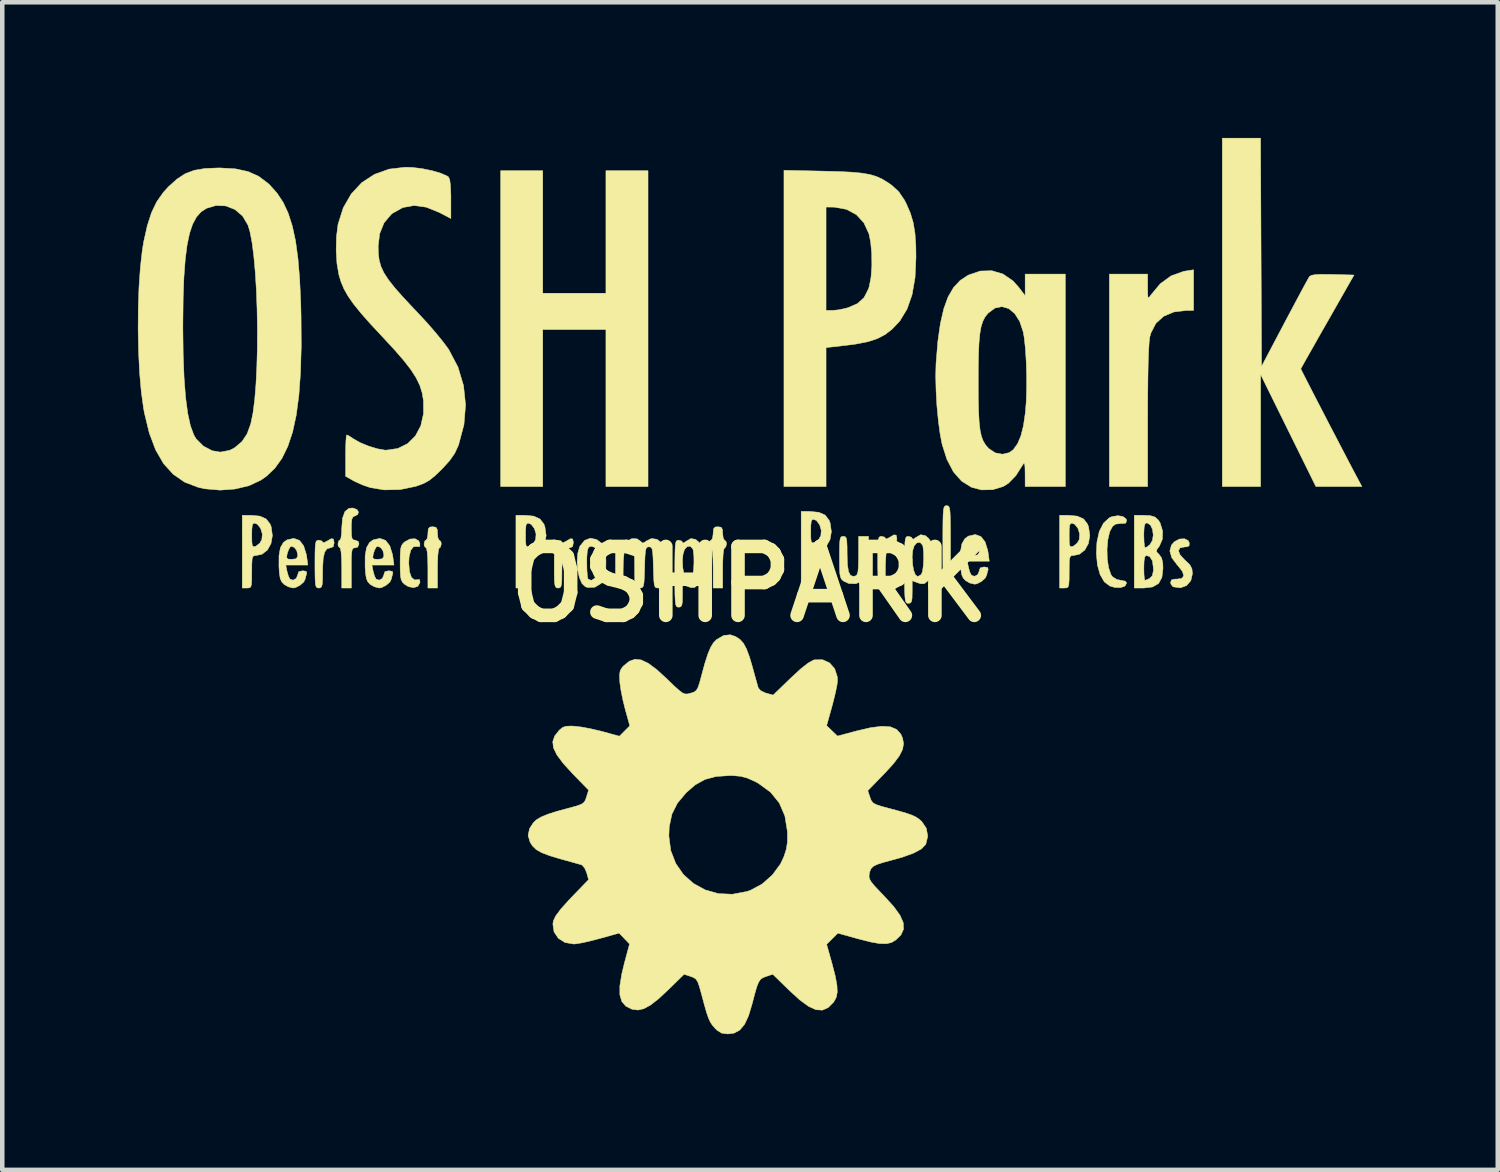
<source format=kicad_pcb>
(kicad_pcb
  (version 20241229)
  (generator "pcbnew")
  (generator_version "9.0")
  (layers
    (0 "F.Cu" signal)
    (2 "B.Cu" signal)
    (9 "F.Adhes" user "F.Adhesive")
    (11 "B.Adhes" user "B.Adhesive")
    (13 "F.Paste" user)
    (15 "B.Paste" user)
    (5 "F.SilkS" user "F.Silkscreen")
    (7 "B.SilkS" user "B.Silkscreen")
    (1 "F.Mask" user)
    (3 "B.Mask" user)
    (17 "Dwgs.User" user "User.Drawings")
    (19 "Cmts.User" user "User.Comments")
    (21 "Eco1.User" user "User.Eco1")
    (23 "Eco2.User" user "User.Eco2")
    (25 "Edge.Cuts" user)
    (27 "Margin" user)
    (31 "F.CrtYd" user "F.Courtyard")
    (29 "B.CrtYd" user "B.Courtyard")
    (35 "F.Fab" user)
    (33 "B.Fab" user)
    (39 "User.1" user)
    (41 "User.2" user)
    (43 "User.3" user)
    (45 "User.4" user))
  (footprint "OSHPARK"
    (layer "F.Cu")
    (at 13.525 9.869)
    (property "Reference" "OSHPARK" (at 0 0 0) (layer "F.SilkS") (effects (font (size 1.524 1.524) (thickness 0.3))))
    (attr through_hole)
    (fp_poly (pts (xy -4.572 -6.435) (xy -3.175 -6.435) (xy -3.175 -9.144) (xy -2.244 -9.144) (xy -2.244 -2.159) (xy -3.175 -2.159) (xy -3.175 -5.63) (xy -4.572 -5.63) (xy -4.572 -2.159) (xy -5.503 -2.159) (xy -5.503 -9.144) (xy -4.572 -9.144) (xy -4.572 -6.435)) (stroke (width 0.01) (type solid)) (fill yes) (layer "F.SilkS"))
    (fp_poly (pts (xy 9.821 -6.054) (xy 9.663 -6.053) (xy 9.385 -6.02) (xy 9.158 -5.924) (xy 8.987 -5.768) (xy 8.877 -5.555) (xy 8.853 -5.469) (xy 8.839 -5.354) (xy 8.827 -5.159) (xy 8.817 -4.887) (xy 8.811 -4.542) (xy 8.807 -4.128) (xy 8.805 -3.702) (xy 8.805 -2.159) (xy 7.959 -2.159) (xy 7.959 -6.858) (xy 8.805 -6.858) (xy 8.805 -6.573) (xy 8.806 -6.424) (xy 8.812 -6.348) (xy 8.828 -6.333) (xy 8.858 -6.368) (xy 8.875 -6.393) (xy 9.085 -6.645) (xy 9.325 -6.819) (xy 9.599 -6.917) (xy 9.648 -6.926) (xy 9.821 -6.953) (xy 9.821 -6.054)) (stroke (width 0.01) (type solid)) (fill yes) (layer "F.SilkS"))
    (fp_poly (pts (xy -6.935 -1.259) (xy -6.905 -1.209) (xy -6.9 -1.122) (xy -6.89 -1.024) (xy -6.864 -0.975) (xy -6.858 -0.974) (xy -6.824 -0.938) (xy -6.816 -0.889) (xy -6.833 -0.82) (xy -6.858 -0.804) (xy -6.877 -0.764) (xy -6.891 -0.651) (xy -6.899 -0.475) (xy -6.9 -0.36) (xy -6.9 0.085) (xy -7.112 0.085) (xy -7.112 -0.36) (xy -7.116 -0.563) (xy -7.127 -0.711) (xy -7.143 -0.792) (xy -7.154 -0.804) (xy -7.189 -0.84) (xy -7.197 -0.889) (xy -7.179 -0.958) (xy -7.154 -0.974) (xy -7.126 -1.011) (xy -7.112 -1.102) (xy -7.112 -1.122) (xy -7.104 -1.222) (xy -7.069 -1.263) (xy -7.006 -1.27) (xy -6.935 -1.259)) (stroke (width 0.01) (type solid)) (fill yes) (layer "F.SilkS"))
    (fp_poly (pts (xy -0.627 -1.259) (xy -0.598 -1.209) (xy -0.593 -1.122) (xy -0.582 -1.024) (xy -0.556 -0.975) (xy -0.55 -0.974) (xy -0.516 -0.938) (xy -0.508 -0.889) (xy -0.526 -0.82) (xy -0.55 -0.804) (xy -0.57 -0.764) (xy -0.584 -0.651) (xy -0.592 -0.475) (xy -0.593 -0.36) (xy -0.593 0.085) (xy -0.804 0.085) (xy -0.804 -0.36) (xy -0.808 -0.563) (xy -0.819 -0.711) (xy -0.836 -0.792) (xy -0.847 -0.804) (xy -0.881 -0.84) (xy -0.889 -0.889) (xy -0.871 -0.958) (xy -0.847 -0.974) (xy -0.819 -1.011) (xy -0.805 -1.102) (xy -0.804 -1.122) (xy -0.796 -1.222) (xy -0.761 -1.263) (xy -0.699 -1.27) (xy -0.627 -1.259)) (stroke (width 0.01) (type solid)) (fill yes) (layer "F.SilkS"))
    (fp_poly (pts (xy -9.202 -0.999) (xy -9.187 -0.926) (xy -9.186 -0.91) (xy -9.206 -0.827) (xy -9.27 -0.804) (xy -9.345 -0.782) (xy -9.396 -0.708) (xy -9.427 -0.574) (xy -9.439 -0.368) (xy -9.44 -0.278) (xy -9.442 -0.102) (xy -9.449 0.005) (xy -9.466 0.061) (xy -9.496 0.082) (xy -9.525 0.085) (xy -9.56 0.08) (xy -9.584 0.056) (xy -9.599 0.000029) (xy -9.606 -0.102) (xy -9.609 -0.265) (xy -9.61 -0.445) (xy -9.609 -0.664) (xy -9.605 -0.813) (xy -9.596 -0.904) (xy -9.58 -0.952) (xy -9.554 -0.971) (xy -9.525 -0.974) (xy -9.456 -0.955) (xy -9.44 -0.929) (xy -9.412 -0.917) (xy -9.346 -0.95) (xy -9.251 -1.006) (xy -9.202 -0.999)) (stroke (width 0.01) (type solid)) (fill yes) (layer "F.SilkS"))
    (fp_poly (pts (xy -7.316 -0.961) (xy -7.289 -0.9) (xy -7.291 -0.832) (xy -7.337 -0.829) (xy -7.348 -0.833) (xy -7.431 -0.828) (xy -7.492 -0.748) (xy -7.528 -0.602) (xy -7.535 -0.466) (xy -7.52 -0.277) (xy -7.476 -0.151) (xy -7.407 -0.094) (xy -7.348 -0.099) (xy -7.295 -0.103) (xy -7.287 -0.046) (xy -7.289 -0.032) (xy -7.335 0.048) (xy -7.427 0.077) (xy -7.542 0.055) (xy -7.623 0.006) (xy -7.672 -0.04) (xy -7.702 -0.095) (xy -7.718 -0.178) (xy -7.725 -0.311) (xy -7.726 -0.466) (xy -7.724 -0.652) (xy -7.716 -0.773) (xy -7.698 -0.849) (xy -7.664 -0.9) (xy -7.623 -0.937) (xy -7.508 -0.998) (xy -7.397 -1.005) (xy -7.316 -0.961)) (stroke (width 0.01) (type solid)) (fill yes) (layer "F.SilkS"))
    (fp_poly (pts (xy -3.91 -0.999) (xy -3.895 -0.926) (xy -3.895 -0.91) (xy -3.915 -0.827) (xy -3.978 -0.804) (xy -4.053 -0.782) (xy -4.105 -0.708) (xy -4.135 -0.574) (xy -4.148 -0.368) (xy -4.149 -0.278) (xy -4.15 -0.102) (xy -4.157 0.005) (xy -4.174 0.061) (xy -4.204 0.082) (xy -4.233 0.085) (xy -4.268 0.08) (xy -4.292 0.056) (xy -4.307 0.000029) (xy -4.315 -0.102) (xy -4.318 -0.265) (xy -4.318 -0.445) (xy -4.317 -0.664) (xy -4.313 -0.813) (xy -4.304 -0.904) (xy -4.288 -0.952) (xy -4.262 -0.971) (xy -4.233 -0.974) (xy -4.165 -0.955) (xy -4.149 -0.929) (xy -4.12 -0.917) (xy -4.055 -0.95) (xy -3.959 -1.006) (xy -3.91 -0.999)) (stroke (width 0.01) (type solid)) (fill yes) (layer "F.SilkS"))
    (fp_poly (pts (xy 3.244 -1.084) (xy 3.259 -1.011) (xy 3.26 -0.995) (xy 3.24 -0.912) (xy 3.176 -0.889) (xy 3.101 -0.867) (xy 3.05 -0.793) (xy 3.019 -0.658) (xy 3.007 -0.453) (xy 3.006 -0.363) (xy 3.004 -0.187) (xy 2.997 -0.079) (xy 2.98 -0.023) (xy 2.95 -0.002) (xy 2.921 0) (xy 2.886 -0.005) (xy 2.862 -0.028) (xy 2.847 -0.085) (xy 2.84 -0.187) (xy 2.837 -0.35) (xy 2.836 -0.529) (xy 2.837 -0.749) (xy 2.841 -0.897) (xy 2.85 -0.989) (xy 2.866 -1.037) (xy 2.892 -1.056) (xy 2.921 -1.058) (xy 2.99 -1.04) (xy 3.006 -1.014) (xy 3.034 -1.001) (xy 3.1 -1.035) (xy 3.195 -1.091) (xy 3.244 -1.084)) (stroke (width 0.01) (type solid)) (fill yes) (layer "F.SilkS"))
    (fp_poly (pts (xy 4.389 -1.732) (xy 4.41 -1.715) (xy 4.425 -1.674) (xy 4.435 -1.597) (xy 4.441 -1.474) (xy 4.444 -1.295) (xy 4.445 -1.047) (xy 4.445 -0.868) (xy 4.445 -0.576) (xy 4.443 -0.358) (xy 4.439 -0.204) (xy 4.431 -0.102) (xy 4.42 -0.041) (xy 4.402 -0.011) (xy 4.378 -0.001) (xy 4.36 0) (xy 4.332 -0.003) (xy 4.311 -0.02) (xy 4.296 -0.062) (xy 4.286 -0.139) (xy 4.28 -0.261) (xy 4.277 -0.441) (xy 4.276 -0.688) (xy 4.276 -0.868) (xy 4.276 -1.159) (xy 4.278 -1.377) (xy 4.282 -1.532) (xy 4.289 -1.634) (xy 4.301 -1.695) (xy 4.319 -1.725) (xy 4.343 -1.735) (xy 4.36 -1.736) (xy 4.389 -1.732)) (stroke (width 0.01) (type solid)) (fill yes) (layer "F.SilkS"))
    (fp_poly (pts (xy 8.26 -1.496) (xy 8.329 -1.443) (xy 8.34 -1.404) (xy 8.321 -1.35) (xy 8.249 -1.341) (xy 8.222 -1.344) (xy 8.093 -1.327) (xy 8.029 -1.278) (xy 7.965 -1.158) (xy 7.925 -0.982) (xy 7.907 -0.775) (xy 7.912 -0.562) (xy 7.941 -0.367) (xy 7.992 -0.216) (xy 8.027 -0.164) (xy 8.122 -0.104) (xy 8.219 -0.085) (xy 8.313 -0.066) (xy 8.34 -0.026) (xy 8.304 0.042) (xy 8.21 0.076) (xy 8.081 0.073) (xy 7.97 0.041) (xy 7.847 -0.051) (xy 7.754 -0.212) (xy 7.694 -0.426) (xy 7.671 -0.682) (xy 7.684 -0.932) (xy 7.736 -1.169) (xy 7.83 -1.351) (xy 7.957 -1.468) (xy 8.013 -1.493) (xy 8.147 -1.515) (xy 8.26 -1.496)) (stroke (width 0.01) (type solid)) (fill yes) (layer "F.SilkS"))
    (fp_poly (pts (xy 9.701 -0.965) (xy 9.728 -0.908) (xy 9.72 -0.845) (xy 9.658 -0.824) (xy 9.623 -0.824) (xy 9.521 -0.802) (xy 9.487 -0.741) (xy 9.521 -0.65) (xy 9.622 -0.54) (xy 9.635 -0.528) (xy 9.737 -0.431) (xy 9.784 -0.342) (xy 9.796 -0.233) (xy 9.76 -0.078) (xy 9.666 0.031) (xy 9.531 0.081) (xy 9.373 0.059) (xy 9.366 0.057) (xy 9.321 0.001) (xy 9.313 -0.042) (xy 9.333 -0.096) (xy 9.407 -0.113) (xy 9.449 -0.112) (xy 9.561 -0.128) (xy 9.603 -0.186) (xy 9.574 -0.282) (xy 9.473 -0.411) (xy 9.458 -0.426) (xy 9.338 -0.586) (xy 9.296 -0.735) (xy 9.332 -0.866) (xy 9.398 -0.94) (xy 9.509 -0.998) (xy 9.619 -1.005) (xy 9.701 -0.965)) (stroke (width 0.01) (type solid)) (fill yes) (layer "F.SilkS"))
    (fp_poly (pts (xy 2.618 -0.609) (xy 2.609 -0.406) (xy 2.597 -0.27) (xy 2.578 -0.182) (xy 2.549 -0.126) (xy 2.506 -0.083) (xy 2.502 -0.08) (xy 2.354 -0.01) (xy 2.193 -0.015) (xy 2.084 -0.066) (xy 2.042 -0.101) (xy 2.015 -0.148) (xy 1.999 -0.224) (xy 1.992 -0.345) (xy 1.99 -0.529) (xy 1.99 -0.595) (xy 1.991 -0.798) (xy 1.995 -0.931) (xy 2.007 -1.009) (xy 2.027 -1.047) (xy 2.059 -1.058) (xy 2.074 -1.058) (xy 2.114 -1.052) (xy 2.139 -1.023) (xy 2.152 -0.956) (xy 2.158 -0.834) (xy 2.159 -0.661) (xy 2.166 -0.432) (xy 2.19 -0.279) (xy 2.233 -0.195) (xy 2.298 -0.172) (xy 2.349 -0.184) (xy 2.379 -0.213) (xy 2.399 -0.279) (xy 2.409 -0.398) (xy 2.413 -0.583) (xy 2.413 -0.634) (xy 2.413 -1.058) (xy 2.634 -1.058) (xy 2.618 -0.609)) (stroke (width 0.01) (type solid)) (fill yes) (layer "F.SilkS"))
    (fp_poly (pts (xy -10.827 -1.505) (xy -10.688 -1.442) (xy -10.601 -1.33) (xy -10.577 -1.267) (xy -10.551 -1.074) (xy -10.582 -0.898) (xy -10.661 -0.755) (xy -10.781 -0.662) (xy -10.907 -0.635) (xy -10.955 -0.631) (xy -10.985 -0.608) (xy -11 -0.549) (xy -11.006 -0.437) (xy -11.007 -0.275) (xy -11.008 -0.101) (xy -11.014 0.005) (xy -11.03 0.061) (xy -11.062 0.081) (xy -11.113 0.085) (xy -11.218 0.085) (xy -11.218 -1.084) (xy -11.007 -1.084) (xy -11.005 -0.936) (xy -10.996 -0.857) (xy -10.973 -0.829) (xy -10.93 -0.835) (xy -10.914 -0.841) (xy -10.83 -0.906) (xy -10.784 -0.987) (xy -10.774 -1.109) (xy -10.81 -1.231) (xy -10.879 -1.321) (xy -10.933 -1.347) (xy -10.973 -1.344) (xy -10.995 -1.305) (xy -11.005 -1.212) (xy -11.007 -1.084) (xy -11.218 -1.084) (xy -11.218 -1.524) (xy -11.03 -1.524) (xy -10.827 -1.505)) (stroke (width 0.01) (type solid)) (fill yes) (layer "F.SilkS"))
    (fp_poly (pts (xy -8.681 -1.651) (xy -8.645 -1.593) (xy -8.669 -1.536) (xy -8.719 -1.512) (xy -8.767 -1.489) (xy -8.794 -1.437) (xy -8.804 -1.335) (xy -8.805 -1.232) (xy -8.802 -1.088) (xy -8.789 -1.011) (xy -8.759 -0.979) (xy -8.721 -0.974) (xy -8.65 -0.944) (xy -8.636 -0.889) (xy -8.666 -0.818) (xy -8.721 -0.804) (xy -8.758 -0.799) (xy -8.783 -0.772) (xy -8.797 -0.709) (xy -8.804 -0.595) (xy -8.805 -0.416) (xy -8.805 -0.36) (xy -8.805 0.085) (xy -9.017 0.085) (xy -9.017 -0.36) (xy -9.021 -0.563) (xy -9.032 -0.711) (xy -9.048 -0.792) (xy -9.059 -0.804) (xy -9.094 -0.84) (xy -9.102 -0.889) (xy -9.084 -0.958) (xy -9.059 -0.974) (xy -9.037 -1.012) (xy -9.022 -1.114) (xy -9.017 -1.239) (xy -9 -1.46) (xy -8.947 -1.606) (xy -8.858 -1.678) (xy -8.77 -1.685) (xy -8.681 -1.651)) (stroke (width 0.01) (type solid)) (fill yes) (layer "F.SilkS"))
    (fp_poly (pts (xy -4.773 -1.505) (xy -4.634 -1.442) (xy -4.547 -1.33) (xy -4.524 -1.267) (xy -4.497 -1.074) (xy -4.528 -0.898) (xy -4.608 -0.755) (xy -4.728 -0.662) (xy -4.853 -0.635) (xy -4.901 -0.631) (xy -4.931 -0.608) (xy -4.946 -0.549) (xy -4.952 -0.437) (xy -4.953 -0.275) (xy -4.954 -0.101) (xy -4.96 0.005) (xy -4.977 0.061) (xy -5.008 0.081) (xy -5.059 0.085) (xy -5.165 0.085) (xy -5.165 -1.084) (xy -4.953 -1.084) (xy -4.951 -0.936) (xy -4.942 -0.857) (xy -4.92 -0.829) (xy -4.877 -0.835) (xy -4.86 -0.841) (xy -4.777 -0.906) (xy -4.73 -0.987) (xy -4.72 -1.109) (xy -4.757 -1.231) (xy -4.826 -1.321) (xy -4.879 -1.347) (xy -4.919 -1.344) (xy -4.942 -1.305) (xy -4.951 -1.212) (xy -4.953 -1.084) (xy -5.165 -1.084) (xy -5.165 -1.524) (xy -4.976 -1.524) (xy -4.773 -1.505)) (stroke (width 0.01) (type solid)) (fill yes) (layer "F.SilkS"))
    (fp_poly (pts (xy 1.535 -1.589) (xy 1.674 -1.527) (xy 1.76 -1.414) (xy 1.784 -1.352) (xy 1.811 -1.159) (xy 1.78 -0.983) (xy 1.7 -0.84) (xy 1.58 -0.747) (xy 1.455 -0.72) (xy 1.406 -0.716) (xy 1.377 -0.693) (xy 1.361 -0.633) (xy 1.356 -0.522) (xy 1.355 -0.36) (xy 1.354 -0.186) (xy 1.347 -0.079) (xy 1.331 -0.024) (xy 1.3 -0.003) (xy 1.249 0) (xy 1.143 0) (xy 1.143 -1.169) (xy 1.355 -1.169) (xy 1.356 -1.021) (xy 1.365 -0.941) (xy 1.388 -0.913) (xy 1.431 -0.92) (xy 1.448 -0.926) (xy 1.531 -0.991) (xy 1.578 -1.071) (xy 1.587 -1.193) (xy 1.551 -1.315) (xy 1.482 -1.406) (xy 1.428 -1.431) (xy 1.389 -1.429) (xy 1.366 -1.389) (xy 1.356 -1.297) (xy 1.355 -1.169) (xy 1.143 -1.169) (xy 1.143 -1.609) (xy 1.332 -1.609) (xy 1.535 -1.589)) (stroke (width 0.01) (type solid)) (fill yes) (layer "F.SilkS"))
    (fp_poly (pts (xy 7.25 -1.505) (xy 7.389 -1.442) (xy 7.475 -1.33) (xy 7.499 -1.267) (xy 7.526 -1.074) (xy 7.495 -0.898) (xy 7.415 -0.755) (xy 7.295 -0.662) (xy 7.17 -0.635) (xy 7.121 -0.631) (xy 7.092 -0.608) (xy 7.076 -0.549) (xy 7.071 -0.437) (xy 7.07 -0.275) (xy 7.069 -0.101) (xy 7.062 0.005) (xy 7.046 0.061) (xy 7.015 0.081) (xy 6.964 0.085) (xy 6.858 0.085) (xy 6.858 -1.084) (xy 7.07 -1.084) (xy 7.071 -0.936) (xy 7.08 -0.857) (xy 7.103 -0.829) (xy 7.146 -0.835) (xy 7.163 -0.841) (xy 7.246 -0.906) (xy 7.293 -0.987) (xy 7.302 -1.109) (xy 7.266 -1.231) (xy 7.197 -1.321) (xy 7.143 -1.347) (xy 7.104 -1.344) (xy 7.081 -1.305) (xy 7.071 -1.212) (xy 7.07 -1.084) (xy 6.858 -1.084) (xy 6.858 -1.524) (xy 7.047 -1.524) (xy 7.25 -1.505)) (stroke (width 0.01) (type solid)) (fill yes) (layer "F.SilkS"))
    (fp_poly (pts (xy 11.313 -7.34) (xy 11.324 -4.816) (xy 11.832 -5.78) (xy 11.972 -6.043) (xy 12.1 -6.284) (xy 12.211 -6.492) (xy 12.299 -6.654) (xy 12.359 -6.762) (xy 12.383 -6.802) (xy 12.423 -6.829) (xy 12.506 -6.845) (xy 12.643 -6.852) (xy 12.85 -6.85) (xy 12.898 -6.849) (xy 13.369 -6.837) (xy 12.781 -5.804) (xy 12.628 -5.537) (xy 12.491 -5.294) (xy 12.373 -5.086) (xy 12.28 -4.922) (xy 12.218 -4.811) (xy 12.192 -4.762) (xy 12.192 -4.761) (xy 12.211 -4.722) (xy 12.263 -4.619) (xy 12.343 -4.463) (xy 12.445 -4.264) (xy 12.563 -4.035) (xy 12.693 -3.784) (xy 12.827 -3.524) (xy 12.962 -3.266) (xy 13.09 -3.02) (xy 13.206 -2.797) (xy 13.305 -2.608) (xy 13.38 -2.466) (xy 13.543 -2.159) (xy 12.526 -2.159) (xy 11.304 -4.636) (xy 11.303 -3.397) (xy 11.303 -2.159) (xy 10.456 -2.159) (xy 10.456 -9.864) (xy 11.302 -9.864) (xy 11.313 -7.34)) (stroke (width 0.01) (type solid)) (fill yes) (layer "F.SilkS"))
    (fp_poly (pts (xy -3.38 -0.987) (xy -3.279 -0.912) (xy -3.226 -0.851) (xy -3.195 -0.782) (xy -3.18 -0.682) (xy -3.175 -0.527) (xy -3.175 -0.466) (xy -3.178 -0.29) (xy -3.189 -0.176) (xy -3.215 -0.1) (xy -3.26 -0.038) (xy -3.279 -0.019) (xy -3.418 0.067) (xy -3.575 0.074) (xy -3.631 0.056) (xy -3.705 -0.015) (xy -3.762 -0.147) (xy -3.799 -0.317) (xy -3.81 -0.474) (xy -3.598 -0.474) (xy -3.595 -0.314) (xy -3.586 -0.187) (xy -3.573 -0.118) (xy -3.57 -0.113) (xy -3.496 -0.084) (xy -3.423 -0.13) (xy -3.382 -0.201) (xy -3.359 -0.313) (xy -3.353 -0.461) (xy -3.363 -0.614) (xy -3.387 -0.742) (xy -3.419 -0.811) (xy -3.495 -0.839) (xy -3.532 -0.832) (xy -3.567 -0.801) (xy -3.587 -0.728) (xy -3.597 -0.598) (xy -3.598 -0.474) (xy -3.81 -0.474) (xy -3.811 -0.502) (xy -3.798 -0.681) (xy -3.755 -0.83) (xy -3.748 -0.844) (xy -3.646 -0.968) (xy -3.518 -1.017) (xy -3.38 -0.987)) (stroke (width 0.01) (type solid)) (fill yes) (layer "F.SilkS"))
    (fp_poly (pts (xy -9.953 -0.969) (xy -9.86 -0.849) (xy -9.801 -0.659) (xy -9.793 -0.613) (xy -9.767 -0.423) (xy -10.255 -0.423) (xy -10.228 -0.287) (xy -10.198 -0.181) (xy -10.163 -0.113) (xy -10.162 -0.112) (xy -10.093 -0.089) (xy -10.025 -0.126) (xy -9.991 -0.203) (xy -9.991 -0.21) (xy -9.968 -0.277) (xy -9.886 -0.296) (xy -9.88 -0.296) (xy -9.802 -0.284) (xy -9.792 -0.239) (xy -9.796 -0.229) (xy -9.818 -0.149) (xy -9.821 -0.124) (xy -9.856 -0.05) (xy -9.94 0.024) (xy -10.04 0.075) (xy -10.092 0.085) (xy -10.199 0.058) (xy -10.292 0.005) (xy -10.345 -0.051) (xy -10.378 -0.125) (xy -10.396 -0.242) (xy -10.406 -0.387) (xy -10.405 -0.586) (xy -10.237 -0.586) (xy -10.204 -0.555) (xy -10.122 -0.55) (xy -10.029 -0.561) (xy -9.994 -0.606) (xy -9.991 -0.651) (xy -10.013 -0.744) (xy -10.066 -0.813) (xy -10.128 -0.837) (xy -10.159 -0.822) (xy -10.196 -0.754) (xy -10.225 -0.667) (xy -10.237 -0.586) (xy -10.405 -0.586) (xy -10.405 -0.632) (xy -10.374 -0.807) (xy -10.308 -0.922) (xy -10.227 -0.98) (xy -10.077 -1.013) (xy -9.953 -0.969)) (stroke (width 0.01) (type solid)) (fill yes) (layer "F.SilkS"))
    (fp_poly (pts (xy -8.048 -0.969) (xy -7.955 -0.849) (xy -7.896 -0.659) (xy -7.888 -0.613) (xy -7.862 -0.423) (xy -8.35 -0.423) (xy -8.323 -0.287) (xy -8.293 -0.181) (xy -8.258 -0.113) (xy -8.257 -0.112) (xy -8.188 -0.089) (xy -8.12 -0.126) (xy -8.086 -0.203) (xy -8.086 -0.21) (xy -8.063 -0.277) (xy -7.981 -0.296) (xy -7.975 -0.296) (xy -7.897 -0.284) (xy -7.887 -0.239) (xy -7.891 -0.229) (xy -7.913 -0.149) (xy -7.916 -0.124) (xy -7.951 -0.05) (xy -8.035 0.024) (xy -8.135 0.075) (xy -8.187 0.085) (xy -8.294 0.058) (xy -8.387 0.005) (xy -8.44 -0.051) (xy -8.473 -0.125) (xy -8.491 -0.242) (xy -8.501 -0.387) (xy -8.5 -0.586) (xy -8.332 -0.586) (xy -8.299 -0.555) (xy -8.217 -0.55) (xy -8.124 -0.561) (xy -8.089 -0.606) (xy -8.086 -0.651) (xy -8.108 -0.744) (xy -8.161 -0.813) (xy -8.223 -0.837) (xy -8.254 -0.822) (xy -8.291 -0.754) (xy -8.32 -0.667) (xy -8.332 -0.586) (xy -8.5 -0.586) (xy -8.5 -0.632) (xy -8.469 -0.807) (xy -8.403 -0.922) (xy -8.322 -0.98) (xy -8.172 -1.013) (xy -8.048 -0.969)) (stroke (width 0.01) (type solid)) (fill yes) (layer "F.SilkS"))
    (fp_poly (pts (xy 5.118 -1.053) (xy 5.211 -0.934) (xy 5.27 -0.743) (xy 5.277 -0.698) (xy 5.303 -0.508) (xy 4.815 -0.508) (xy 4.843 -0.372) (xy 4.873 -0.265) (xy 4.908 -0.198) (xy 4.909 -0.197) (xy 4.978 -0.174) (xy 5.046 -0.21) (xy 5.08 -0.288) (xy 5.08 -0.295) (xy 5.103 -0.361) (xy 5.185 -0.381) (xy 5.19 -0.381) (xy 5.268 -0.368) (xy 5.278 -0.323) (xy 5.275 -0.314) (xy 5.252 -0.233) (xy 5.249 -0.208) (xy 5.214 -0.135) (xy 5.131 -0.061) (xy 5.031 -0.009) (xy 4.979 0) (xy 4.871 -0.026) (xy 4.779 -0.08) (xy 4.726 -0.135) (xy 4.693 -0.21) (xy 4.674 -0.326) (xy 4.665 -0.472) (xy 4.665 -0.671) (xy 4.833 -0.671) (xy 4.867 -0.64) (xy 4.948 -0.635) (xy 5.042 -0.646) (xy 5.077 -0.691) (xy 5.08 -0.736) (xy 5.057 -0.829) (xy 5.004 -0.898) (xy 4.942 -0.922) (xy 4.912 -0.906) (xy 4.874 -0.839) (xy 4.846 -0.751) (xy 4.833 -0.671) (xy 4.665 -0.671) (xy 4.665 -0.716) (xy 4.697 -0.892) (xy 4.763 -1.007) (xy 4.843 -1.064) (xy 4.994 -1.098) (xy 5.118 -1.053)) (stroke (width 0.01) (type solid)) (fill yes) (layer "F.SilkS"))
    (fp_poly (pts (xy 1.64 -9.134) (xy 1.989 -9.125) (xy 2.267 -9.111) (xy 2.487 -9.09) (xy 2.664 -9.059) (xy 2.81 -9.015) (xy 2.94 -8.955) (xy 3.067 -8.877) (xy 3.14 -8.826) (xy 3.299 -8.682) (xy 3.427 -8.493) (xy 3.467 -8.416) (xy 3.558 -8.206) (xy 3.621 -7.994) (xy 3.66 -7.758) (xy 3.679 -7.476) (xy 3.682 -7.223) (xy 3.661 -6.778) (xy 3.595 -6.4) (xy 3.484 -6.083) (xy 3.325 -5.821) (xy 3.153 -5.639) (xy 2.999 -5.52) (xy 2.828 -5.431) (xy 2.625 -5.364) (xy 2.369 -5.313) (xy 2.127 -5.281) (xy 1.693 -5.232) (xy 1.693 -2.159) (xy 0.762 -2.159) (xy 0.762 -6.054) (xy 1.693 -6.054) (xy 1.835 -6.054) (xy 1.963 -6.066) (xy 2.119 -6.098) (xy 2.179 -6.115) (xy 2.388 -6.205) (xy 2.533 -6.337) (xy 2.63 -6.527) (xy 2.647 -6.577) (xy 2.687 -6.785) (xy 2.706 -7.042) (xy 2.703 -7.314) (xy 2.679 -7.568) (xy 2.642 -7.748) (xy 2.53 -7.991) (xy 2.362 -8.173) (xy 2.142 -8.29) (xy 1.876 -8.338) (xy 1.831 -8.339) (xy 1.693 -8.34) (xy 1.693 -6.054) (xy 0.762 -6.054) (xy 0.762 -9.153) (xy 1.64 -9.134)) (stroke (width 0.01) (type solid)) (fill yes) (layer "F.SilkS"))
    (fp_poly (pts (xy 8.863 -1.516) (xy 8.971 -1.483) (xy 9.044 -1.415) (xy 9.082 -1.352) (xy 9.136 -1.175) (xy 9.131 -0.995) (xy 9.066 -0.844) (xy 9.061 -0.837) (xy 9.006 -0.761) (xy 9.004 -0.714) (xy 9.054 -0.661) (xy 9.061 -0.655) (xy 9.114 -0.58) (xy 9.14 -0.467) (xy 9.144 -0.351) (xy 9.121 -0.151) (xy 9.047 -0.015) (xy 8.915 0.061) (xy 8.723 0.085) (xy 8.509 0.085) (xy 8.509 -0.36) (xy 8.721 -0.36) (xy 8.724 -0.22) (xy 8.733 -0.121) (xy 8.745 -0.085) (xy 8.797 -0.102) (xy 8.85 -0.128) (xy 8.907 -0.186) (xy 8.931 -0.291) (xy 8.932 -0.353) (xy 8.911 -0.516) (xy 8.85 -0.611) (xy 8.776 -0.635) (xy 8.743 -0.606) (xy 8.726 -0.513) (xy 8.721 -0.36) (xy 8.509 -0.36) (xy 8.509 -1.079) (xy 8.721 -1.079) (xy 8.725 -0.939) (xy 8.735 -0.84) (xy 8.749 -0.804) (xy 8.799 -0.83) (xy 8.855 -0.874) (xy 8.911 -0.967) (xy 8.929 -1.087) (xy 8.913 -1.21) (xy 8.867 -1.308) (xy 8.795 -1.354) (xy 8.783 -1.355) (xy 8.748 -1.335) (xy 8.728 -1.266) (xy 8.721 -1.132) (xy 8.721 -1.079) (xy 8.509 -1.079) (xy 8.509 -1.524) (xy 8.696 -1.524) (xy 8.863 -1.516)) (stroke (width 0.01) (type solid)) (fill yes) (layer "F.SilkS"))
    (fp_poly (pts (xy -1.191 -0.99) (xy -1.118 -0.927) (xy -1.077 -0.867) (xy -1.053 -0.785) (xy -1.041 -0.659) (xy -1.037 -0.469) (xy -1.037 -0.463) (xy -1.04 -0.277) (xy -1.049 -0.155) (xy -1.071 -0.075) (xy -1.109 -0.017) (xy -1.132 0.008) (xy -1.211 0.071) (xy -1.288 0.077) (xy -1.355 0.055) (xy -1.482 0.007) (xy -1.482 0.258) (xy -1.485 0.398) (xy -1.499 0.474) (xy -1.53 0.504) (xy -1.566 0.508) (xy -1.597 0.504) (xy -1.619 0.485) (xy -1.634 0.44) (xy -1.643 0.356) (xy -1.649 0.222) (xy -1.651 0.026) (xy -1.651 -0.233) (xy -1.651 -0.499) (xy -1.65 -0.514) (xy -1.483 -0.514) (xy -1.475 -0.363) (xy -1.451 -0.226) (xy -1.413 -0.125) (xy -1.363 -0.085) (xy -1.362 -0.085) (xy -1.307 -0.111) (xy -1.278 -0.135) (xy -1.253 -0.202) (xy -1.236 -0.324) (xy -1.228 -0.474) (xy -1.23 -0.623) (xy -1.243 -0.742) (xy -1.253 -0.78) (xy -1.308 -0.84) (xy -1.38 -0.83) (xy -1.438 -0.765) (xy -1.471 -0.656) (xy -1.483 -0.514) (xy -1.65 -0.514) (xy -1.648 -0.693) (xy -1.643 -0.825) (xy -1.634 -0.908) (xy -1.618 -0.952) (xy -1.596 -0.97) (xy -1.566 -0.974) (xy -1.498 -0.953) (xy -1.482 -0.925) (xy -1.457 -0.91) (xy -1.404 -0.946) (xy -1.295 -1.009) (xy -1.191 -0.99)) (stroke (width 0.01) (type solid)) (fill yes) (layer "F.SilkS"))
    (fp_poly (pts (xy 3.889 -1.074) (xy 3.962 -1.012) (xy 4.003 -0.952) (xy 4.027 -0.869) (xy 4.039 -0.743) (xy 4.043 -0.554) (xy 4.043 -0.547) (xy 4.04 -0.362) (xy 4.031 -0.24) (xy 4.009 -0.16) (xy 3.971 -0.102) (xy 3.948 -0.077) (xy 3.869 -0.013) (xy 3.792 -0.008) (xy 3.725 -0.029) (xy 3.598 -0.077) (xy 3.598 0.173) (xy 3.595 0.314) (xy 3.581 0.389) (xy 3.55 0.419) (xy 3.514 0.423) (xy 3.483 0.42) (xy 3.461 0.401) (xy 3.446 0.355) (xy 3.437 0.271) (xy 3.431 0.137) (xy 3.429 -0.059) (xy 3.429 -0.318) (xy 3.429 -0.584) (xy 3.43 -0.599) (xy 3.597 -0.599) (xy 3.605 -0.448) (xy 3.629 -0.31) (xy 3.667 -0.21) (xy 3.717 -0.169) (xy 3.718 -0.169) (xy 3.773 -0.196) (xy 3.802 -0.22) (xy 3.827 -0.286) (xy 3.844 -0.409) (xy 3.852 -0.559) (xy 3.85 -0.707) (xy 3.837 -0.827) (xy 3.827 -0.864) (xy 3.772 -0.924) (xy 3.7 -0.914) (xy 3.642 -0.849) (xy 3.609 -0.741) (xy 3.597 -0.599) (xy 3.43 -0.599) (xy 3.432 -0.778) (xy 3.437 -0.91) (xy 3.446 -0.992) (xy 3.462 -1.037) (xy 3.484 -1.055) (xy 3.514 -1.058) (xy 3.582 -1.038) (xy 3.598 -1.009) (xy 3.623 -0.994) (xy 3.676 -1.031) (xy 3.785 -1.094) (xy 3.889 -1.074)) (stroke (width 0.01) (type solid)) (fill yes) (layer "F.SilkS"))
    (fp_poly (pts (xy -2.046 -0.992) (xy -1.975 -0.939) (xy -1.943 -0.886) (xy -1.922 -0.804) (xy -1.91 -0.676) (xy -1.905 -0.486) (xy -1.905 -0.388) (xy -1.905 0.085) (xy -2.009 0.085) (xy -2.055 0.082) (xy -2.086 0.064) (xy -2.105 0.015) (xy -2.115 -0.078) (xy -2.122 -0.232) (xy -2.126 -0.37) (xy -2.132 -0.572) (xy -2.141 -0.703) (xy -2.155 -0.779) (xy -2.177 -0.815) (xy -2.211 -0.825) (xy -2.223 -0.826) (xy -2.26 -0.82) (xy -2.285 -0.792) (xy -2.301 -0.728) (xy -2.311 -0.612) (xy -2.318 -0.431) (xy -2.319 -0.37) (xy -2.325 -0.17) (xy -2.333 -0.039) (xy -2.346 0.037) (xy -2.368 0.073) (xy -2.404 0.084) (xy -2.436 0.085) (xy -2.482 0.082) (xy -2.512 0.065) (xy -2.529 0.017) (xy -2.537 -0.076) (xy -2.54 -0.229) (xy -2.54 -0.361) (xy -2.542 -0.569) (xy -2.55 -0.706) (xy -2.566 -0.786) (xy -2.592 -0.825) (xy -2.604 -0.832) (xy -2.683 -0.842) (xy -2.738 -0.799) (xy -2.773 -0.693) (xy -2.79 -0.518) (xy -2.794 -0.333) (xy -2.795 -0.142) (xy -2.801 -0.02) (xy -2.814 0.048) (xy -2.838 0.078) (xy -2.876 0.085) (xy -2.879 0.085) (xy -2.914 0.08) (xy -2.938 0.056) (xy -2.952 0.000029) (xy -2.96 -0.102) (xy -2.963 -0.265) (xy -2.963 -0.445) (xy -2.963 -0.664) (xy -2.959 -0.813) (xy -2.95 -0.904) (xy -2.933 -0.952) (xy -2.907 -0.971) (xy -2.879 -0.974) (xy -2.81 -0.953) (xy -2.794 -0.925) (xy -2.77 -0.91) (xy -2.717 -0.946) (xy -2.602 -1.007) (xy -2.486 -1.002) (xy -2.412 -0.951) (xy -2.363 -0.909) (xy -2.312 -0.93) (xy -2.287 -0.951) (xy -2.168 -1.01) (xy -2.046 -0.992)) (stroke (width 0.01) (type solid)) (fill yes) (layer "F.SilkS"))
    (fp_poly (pts (xy 5.606 -6.859) (xy 5.826 -6.708) (xy 5.949 -6.572) (xy 6.096 -6.38) (xy 6.096 -6.858) (xy 6.985 -6.858) (xy 6.985 -2.159) (xy 6.096 -2.159) (xy 6.095 -2.445) (xy 6.092 -2.592) (xy 6.083 -2.664) (xy 6.065 -2.672) (xy 6.047 -2.646) (xy 5.891 -2.401) (xy 5.729 -2.234) (xy 5.612 -2.16) (xy 5.38 -2.09) (xy 5.131 -2.085) (xy 4.911 -2.142) (xy 4.691 -2.279) (xy 4.51 -2.484) (xy 4.365 -2.762) (xy 4.26 -3.092) (xy 4.215 -3.325) (xy 4.176 -3.617) (xy 4.145 -3.943) (xy 4.126 -4.279) (xy 4.121 -4.487) (xy 5.059 -4.487) (xy 5.06 -4.118) (xy 5.067 -3.822) (xy 5.079 -3.59) (xy 5.099 -3.41) (xy 5.128 -3.272) (xy 5.169 -3.165) (xy 5.222 -3.078) (xy 5.29 -3.001) (xy 5.292 -2.999) (xy 5.435 -2.904) (xy 5.595 -2.874) (xy 5.746 -2.91) (xy 5.833 -2.974) (xy 5.928 -3.105) (xy 6.001 -3.276) (xy 6.058 -3.503) (xy 6.101 -3.796) (xy 6.12 -4.035) (xy 6.129 -4.32) (xy 6.129 -4.627) (xy 6.119 -4.934) (xy 6.101 -5.218) (xy 6.075 -5.455) (xy 6.054 -5.576) (xy 5.976 -5.81) (xy 5.866 -5.984) (xy 5.732 -6.095) (xy 5.584 -6.138) (xy 5.43 -6.107) (xy 5.281 -5.997) (xy 5.272 -5.988) (xy 5.209 -5.909) (xy 5.16 -5.814) (xy 5.122 -5.695) (xy 5.095 -5.541) (xy 5.076 -5.34) (xy 5.065 -5.083) (xy 5.06 -4.759) (xy 5.059 -4.487) (xy 4.121 -4.487) (xy 4.118 -4.599) (xy 4.125 -4.879) (xy 4.126 -4.889) (xy 4.165 -5.364) (xy 4.221 -5.761) (xy 4.296 -6.089) (xy 4.392 -6.353) (xy 4.513 -6.561) (xy 4.661 -6.719) (xy 4.838 -6.835) (xy 4.839 -6.835) (xy 5.103 -6.925) (xy 5.362 -6.932) (xy 5.606 -6.859)) (stroke (width 0.01) (type solid)) (fill yes) (layer "F.SilkS"))
    (fp_poly (pts (xy -7.456 -9.216) (xy -7.236 -9.189) (xy -7.018 -9.144) (xy -6.827 -9.088) (xy -6.688 -9.027) (xy -6.657 -9.006) (xy -6.629 -8.944) (xy -6.612 -8.809) (xy -6.604 -8.596) (xy -6.604 -8.525) (xy -6.604 -8.086) (xy -6.855 -8.218) (xy -7.148 -8.337) (xy -7.419 -8.374) (xy -7.667 -8.329) (xy -7.893 -8.203) (xy -7.923 -8.179) (xy -8.082 -7.991) (xy -8.179 -7.75) (xy -8.212 -7.472) (xy -8.207 -7.307) (xy -8.189 -7.162) (xy -8.15 -7.025) (xy -8.085 -6.886) (xy -7.987 -6.735) (xy -7.85 -6.56) (xy -7.667 -6.353) (xy -7.432 -6.102) (xy -7.309 -5.972) (xy -7.129 -5.778) (xy -6.953 -5.575) (xy -6.796 -5.384) (xy -6.677 -5.226) (xy -6.648 -5.184) (xy -6.447 -4.801) (xy -6.324 -4.391) (xy -6.279 -3.964) (xy -6.315 -3.527) (xy -6.431 -3.09) (xy -6.442 -3.06) (xy -6.519 -2.894) (xy -6.63 -2.734) (xy -6.793 -2.555) (xy -6.814 -2.534) (xy -6.963 -2.391) (xy -7.083 -2.295) (xy -7.202 -2.229) (xy -7.346 -2.175) (xy -7.383 -2.163) (xy -7.728 -2.092) (xy -8.08 -2.085) (xy -8.387 -2.136) (xy -8.553 -2.193) (xy -8.722 -2.269) (xy -8.758 -2.288) (xy -8.932 -2.386) (xy -8.932 -2.844) (xy -8.93 -3.03) (xy -8.924 -3.179) (xy -8.916 -3.275) (xy -8.907 -3.302) (xy -8.859 -3.28) (xy -8.774 -3.225) (xy -8.758 -3.214) (xy -8.61 -3.13) (xy -8.422 -3.053) (xy -8.228 -2.994) (xy -8.064 -2.965) (xy -8.034 -2.964) (xy -7.777 -3.001) (xy -7.56 -3.109) (xy -7.389 -3.278) (xy -7.27 -3.501) (xy -7.209 -3.769) (xy -7.21 -4.055) (xy -7.238 -4.227) (xy -7.289 -4.392) (xy -7.37 -4.56) (xy -7.487 -4.743) (xy -7.648 -4.95) (xy -7.859 -5.193) (xy -8.116 -5.47) (xy -8.381 -5.754) (xy -8.591 -5.992) (xy -8.754 -6.193) (xy -8.877 -6.369) (xy -8.968 -6.53) (xy -9.034 -6.687) (xy -9.079 -6.835) (xy -9.123 -7.088) (xy -9.141 -7.384) (xy -9.134 -7.685) (xy -9.1 -7.953) (xy -9.097 -7.967) (xy -8.983 -8.326) (xy -8.806 -8.632) (xy -8.575 -8.88) (xy -8.294 -9.063) (xy -7.971 -9.179) (xy -7.612 -9.221) (xy -7.456 -9.216)) (stroke (width 0.01) (type solid)) (fill yes) (layer "F.SilkS"))
    (fp_poly (pts (xy -11.705 -9.205) (xy -11.367 -9.185) (xy -11.089 -9.125) (xy -10.855 -9.02) (xy -10.646 -8.863) (xy -10.609 -8.828) (xy -10.449 -8.649) (xy -10.313 -8.444) (xy -10.201 -8.204) (xy -10.111 -7.922) (xy -10.039 -7.591) (xy -9.986 -7.203) (xy -9.948 -6.75) (xy -9.924 -6.225) (xy -9.917 -5.917) (xy -9.913 -5.261) (xy -9.929 -4.684) (xy -9.965 -4.179) (xy -10.023 -3.741) (xy -10.104 -3.366) (xy -10.21 -3.048) (xy -10.34 -2.782) (xy -10.498 -2.563) (xy -10.683 -2.387) (xy -10.804 -2.302) (xy -11.066 -2.179) (xy -11.375 -2.105) (xy -11.709 -2.08) (xy -12.042 -2.109) (xy -12.192 -2.142) (xy -12.489 -2.255) (xy -12.743 -2.429) (xy -12.957 -2.665) (xy -13.133 -2.969) (xy -13.274 -3.344) (xy -13.383 -3.793) (xy -13.4 -3.889) (xy -13.45 -4.25) (xy -13.487 -4.67) (xy -13.51 -5.131) (xy -13.52 -5.613) (xy -13.52 -5.673) (xy -12.531 -5.673) (xy -12.524 -5.079) (xy -12.504 -4.566) (xy -12.471 -4.134) (xy -12.424 -3.78) (xy -12.364 -3.503) (xy -12.289 -3.301) (xy -12.24 -3.217) (xy -12.079 -3.055) (xy -11.885 -2.952) (xy -11.705 -2.921) (xy -11.496 -2.96) (xy -11.387 -3.016) (xy -11.224 -3.154) (xy -11.111 -3.323) (xy -11.029 -3.547) (xy -11.027 -3.557) (xy -10.98 -3.787) (xy -10.942 -4.082) (xy -10.914 -4.428) (xy -10.895 -4.814) (xy -10.884 -5.225) (xy -10.883 -5.651) (xy -10.89 -6.079) (xy -10.905 -6.495) (xy -10.929 -6.887) (xy -10.961 -7.243) (xy -11 -7.55) (xy -11.047 -7.795) (xy -11.09 -7.938) (xy -11.209 -8.14) (xy -11.378 -8.285) (xy -11.58 -8.365) (xy -11.8 -8.374) (xy -12.007 -8.313) (xy -12.127 -8.235) (xy -12.229 -8.121) (xy -12.314 -7.964) (xy -12.383 -7.76) (xy -12.437 -7.501) (xy -12.478 -7.183) (xy -12.507 -6.8) (xy -12.524 -6.345) (xy -12.53 -5.813) (xy -12.531 -5.673) (xy -13.52 -5.673) (xy -13.517 -6.099) (xy -13.501 -6.568) (xy -13.471 -7.002) (xy -13.428 -7.383) (xy -13.397 -7.574) (xy -13.317 -7.93) (xy -13.224 -8.218) (xy -13.109 -8.457) (xy -12.965 -8.662) (xy -12.851 -8.788) (xy -12.662 -8.958) (xy -12.479 -9.078) (xy -12.279 -9.153) (xy -12.042 -9.193) (xy -11.746 -9.205) (xy -11.705 -9.205)) (stroke (width 0.01) (type solid)) (fill yes) (layer "F.SilkS"))
    (fp_poly (pts (xy -0.307 1.159) (xy -0.21 1.222) (xy -0.132 1.309) (xy -0.065 1.435) (xy 0.002 1.616) (xy 0.064 1.827) (xy 0.113 2.006) (xy 0.156 2.159) (xy 0.186 2.265) (xy 0.195 2.295) (xy 0.247 2.354) (xy 0.348 2.404) (xy 0.37 2.41) (xy 0.523 2.453) (xy 0.911 2.078) (xy 1.127 1.878) (xy 1.294 1.746) (xy 1.414 1.679) (xy 1.435 1.673) (xy 1.617 1.671) (xy 1.771 1.74) (xy 1.884 1.869) (xy 1.942 2.047) (xy 1.947 2.125) (xy 1.936 2.225) (xy 1.905 2.381) (xy 1.86 2.568) (xy 1.826 2.697) (xy 1.706 3.128) (xy 1.826 3.244) (xy 1.946 3.359) (xy 2.367 3.246) (xy 2.681 3.173) (xy 2.929 3.142) (xy 3.117 3.155) (xy 3.254 3.212) (xy 3.346 3.315) (xy 3.385 3.403) (xy 3.407 3.527) (xy 3.385 3.654) (xy 3.314 3.796) (xy 3.189 3.964) (xy 3.002 4.169) (xy 2.959 4.214) (xy 2.616 4.566) (xy 2.665 4.713) (xy 2.693 4.786) (xy 2.734 4.837) (xy 2.805 4.876) (xy 2.925 4.915) (xy 3.061 4.951) (xy 3.298 5.015) (xy 3.47 5.065) (xy 3.591 5.107) (xy 3.678 5.148) (xy 3.746 5.193) (xy 3.809 5.248) (xy 3.909 5.396) (xy 3.942 5.571) (xy 3.901 5.744) (xy 3.893 5.76) (xy 3.8 5.856) (xy 3.625 5.95) (xy 3.371 6.041) (xy 3.173 6.096) (xy 2.965 6.152) (xy 2.824 6.197) (xy 2.737 6.241) (xy 2.687 6.292) (xy 2.66 6.358) (xy 2.651 6.398) (xy 2.643 6.46) (xy 2.655 6.518) (xy 2.693 6.586) (xy 2.769 6.678) (xy 2.891 6.807) (xy 2.978 6.897) (xy 3.189 7.129) (xy 3.329 7.323) (xy 3.401 7.488) (xy 3.407 7.63) (xy 3.349 7.757) (xy 3.236 7.868) (xy 3.141 7.925) (xy 3.026 7.951) (xy 2.876 7.948) (xy 2.679 7.913) (xy 2.419 7.847) (xy 2.385 7.838) (xy 1.954 7.718) (xy 1.83 7.841) (xy 1.706 7.965) (xy 1.827 8.396) (xy 1.896 8.664) (xy 1.934 8.868) (xy 1.941 9.022) (xy 1.918 9.14) (xy 1.865 9.237) (xy 1.857 9.247) (xy 1.739 9.365) (xy 1.613 9.42) (xy 1.47 9.411) (xy 1.305 9.336) (xy 1.11 9.193) (xy 0.882 8.985) (xy 0.515 8.627) (xy 0.366 8.676) (xy 0.296 8.703) (xy 0.244 8.74) (xy 0.202 8.801) (xy 0.162 8.902) (xy 0.117 9.056) (xy 0.062 9.269) (xy -0.019 9.54) (xy -0.109 9.735) (xy -0.216 9.862) (xy -0.345 9.93) (xy -0.48 9.947) (xy -0.614 9.93) (xy -0.721 9.863) (xy -0.763 9.82) (xy -0.82 9.755) (xy -0.865 9.687) (xy -0.906 9.599) (xy -0.948 9.477) (xy -0.998 9.303) (xy -1.06 9.072) (xy -1.107 8.902) (xy -1.145 8.795) (xy -1.186 8.733) (xy -1.241 8.697) (xy -1.299 8.676) (xy -1.446 8.627) (xy -1.797 8.97) (xy -2.012 9.17) (xy -2.188 9.307) (xy -2.335 9.388) (xy -2.464 9.418) (xy -2.587 9.403) (xy -2.604 9.398) (xy -2.737 9.331) (xy -2.824 9.228) (xy -2.867 9.082) (xy -2.867 8.883) (xy -2.825 8.623) (xy -2.766 8.378) (xy -2.653 7.957) (xy -2.768 7.837) (xy -2.883 7.717) (xy -3.315 7.837) (xy -3.51 7.888) (xy -3.69 7.929) (xy -3.829 7.953) (xy -3.886 7.958) (xy -4.079 7.925) (xy -4.228 7.831) (xy -4.322 7.691) (xy -4.348 7.519) (xy -4.338 7.447) (xy -4.287 7.338) (xy -4.17 7.182) (xy -3.987 6.978) (xy -3.933 6.922) (xy -3.559 6.535) (xy -3.601 6.381) (xy -3.647 6.275) (xy -3.705 6.211) (xy -3.716 6.206) (xy -3.787 6.186) (xy -3.918 6.149) (xy -4.085 6.103) (xy -4.185 6.075) (xy -4.425 6.003) (xy -4.597 5.937) (xy -4.717 5.869) (xy -4.8 5.788) (xy -4.853 5.704) (xy -4.892 5.569) (xy -1.783 5.569) (xy -1.742 5.889) (xy -1.631 6.176) (xy -1.461 6.421) (xy -1.24 6.618) (xy -0.979 6.761) (xy -0.689 6.843) (xy -0.379 6.857) (xy -0.059 6.797) (xy 0.021 6.77) (xy 0.278 6.632) (xy 0.506 6.431) (xy 0.686 6.186) (xy 0.762 6.024) (xy 0.815 5.858) (xy 0.839 5.701) (xy 0.839 5.512) (xy 0.837 5.461) (xy 0.782 5.125) (xy 0.659 4.839) (xy 0.465 4.6) (xy 0.201 4.407) (xy 0.118 4.362) (xy -0.048 4.288) (xy -0.194 4.249) (xy -0.362 4.234) (xy -0.444 4.233) (xy -0.741 4.253) (xy -0.986 4.319) (xy -1.202 4.439) (xy -1.401 4.612) (xy -1.594 4.843) (xy -1.716 5.086) (xy -1.775 5.365) (xy -1.783 5.569) (xy -4.892 5.569) (xy -4.896 5.554) (xy -4.863 5.404) (xy -4.784 5.281) (xy -4.714 5.212) (xy -4.611 5.15) (xy -4.462 5.088) (xy -4.255 5.022) (xy -3.996 4.952) (xy -3.828 4.906) (xy -3.723 4.869) (xy -3.662 4.828) (xy -3.628 4.773) (xy -3.606 4.708) (xy -3.558 4.554) (xy -3.909 4.193) (xy -4.117 3.966) (xy -4.258 3.778) (xy -4.335 3.62) (xy -4.351 3.483) (xy -4.309 3.358) (xy -4.212 3.235) (xy -4.209 3.231) (xy -4.136 3.17) (xy -4.059 3.142) (xy -3.944 3.137) (xy -3.861 3.142) (xy -3.704 3.161) (xy -3.504 3.199) (xy -3.298 3.247) (xy -3.248 3.26) (xy -2.877 3.362) (xy -2.647 3.132) (xy -2.75 2.762) (xy -2.8 2.56) (xy -2.841 2.355) (xy -2.866 2.183) (xy -2.869 2.15) (xy -2.874 2.005) (xy -2.859 1.912) (xy -2.816 1.841) (xy -2.78 1.803) (xy -2.657 1.704) (xy -2.532 1.66) (xy -2.395 1.675) (xy -2.238 1.75) (xy -2.051 1.889) (xy -1.826 2.095) (xy -1.819 2.102) (xy -1.665 2.251) (xy -1.557 2.348) (xy -1.482 2.405) (xy -1.423 2.428) (xy -1.368 2.427) (xy -1.304 2.411) (xy -1.229 2.387) (xy -1.178 2.351) (xy -1.14 2.287) (xy -1.102 2.174) (xy -1.061 2.021) (xy -0.986 1.746) (xy -0.92 1.542) (xy -0.859 1.396) (xy -0.797 1.295) (xy -0.731 1.227) (xy -0.571 1.134) (xy -0.423 1.119) (xy -0.307 1.159)) (stroke (width 0.01) (type solid)) (fill yes) (layer "F.SilkS")))
  (gr_rect
    (start -3 -3)
    (end 30.073 22.821)
    (stroke (width 0.1) (type default))
    (fill no)
    (layer "Edge.Cuts")))
</source>
